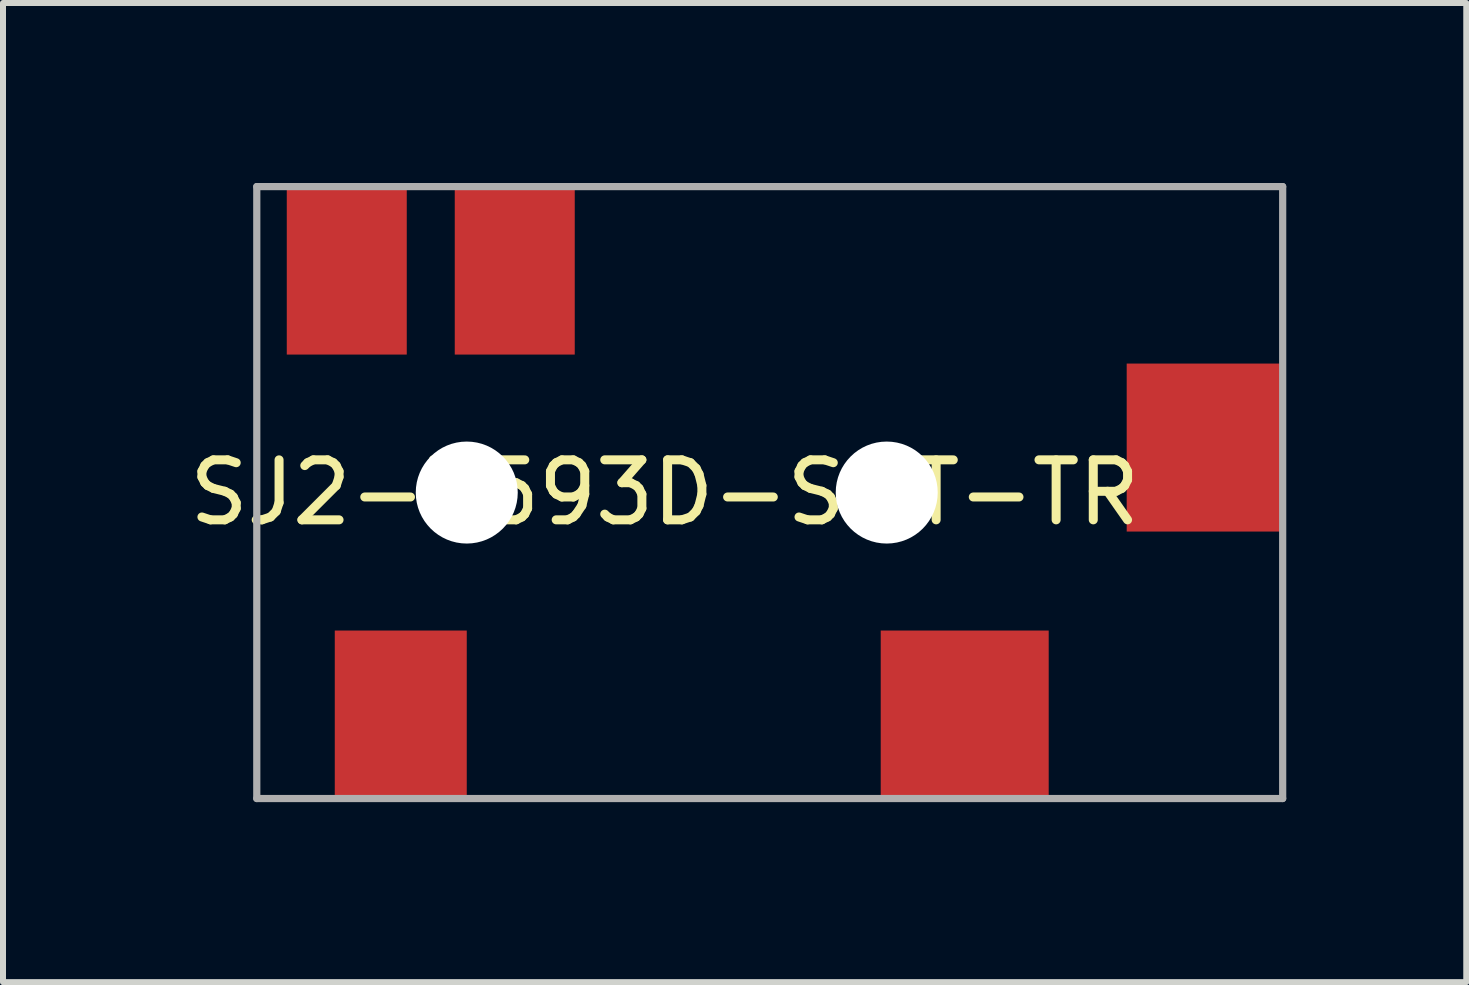
<source format=kicad_pcb>
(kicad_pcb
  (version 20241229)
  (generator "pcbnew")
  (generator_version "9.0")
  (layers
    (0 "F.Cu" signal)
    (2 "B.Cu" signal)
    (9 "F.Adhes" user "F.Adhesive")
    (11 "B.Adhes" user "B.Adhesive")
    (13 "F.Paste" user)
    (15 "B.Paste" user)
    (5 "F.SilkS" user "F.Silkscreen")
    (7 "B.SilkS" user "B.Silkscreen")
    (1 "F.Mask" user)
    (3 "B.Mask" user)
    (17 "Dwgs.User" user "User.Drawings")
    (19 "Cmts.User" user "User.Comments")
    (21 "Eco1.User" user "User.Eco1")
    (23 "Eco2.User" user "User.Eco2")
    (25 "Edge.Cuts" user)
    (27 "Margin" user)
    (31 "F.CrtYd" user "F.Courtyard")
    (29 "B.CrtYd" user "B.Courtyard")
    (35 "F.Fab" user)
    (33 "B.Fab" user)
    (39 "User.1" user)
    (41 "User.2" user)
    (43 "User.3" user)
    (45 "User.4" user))
  (footprint "SJ2-3593D-SMT-TR"
    (layer "F.Cu")
    (at 10.23 5.16)
    (property "Reference" "SJ2-3593D-SMT-TR" (at -2.2 0 0) (layer "F.SilkS") (effects (font (size 1 1) (thickness 0.15))))
    (attr through_hole)
    (fp_line (start -9 -5.1) (end 8.1 -5.1) (stroke (width 0.12) (type solid)) (layer "F.Fab"))
    (fp_line (start -9 5.1) (end -9 -5.1) (stroke (width 0.12) (type solid)) (layer "F.Fab"))
    (fp_line (start -9 5.1) (end 8.1 5.1) (stroke (width 0.12) (type solid)) (layer "F.Fab"))
    (fp_line (start 8.1 5.1) (end 8.1 -5.1) (stroke (width 0.12) (type solid)) (layer "F.Fab"))
    (pad "" np_thru_hole circle (at -5.5 0) (size 1.7 1.7) (drill 1.7) (layers "*.Cu"))
    (pad "" np_thru_hole circle (at 1.5 0) (size 1.7 1.7) (drill 1.7) (layers "*.Cu"))
    (pad "R" smd rect (at -4.7 -3.7) (size 2 2.8) (layers "F.Cu" "F.Mask" "F.Paste"))
    (pad "RN" smd rect (at -7.5 -3.7) (size 2 2.8) (layers "F.Cu" "F.Mask" "F.Paste"))
    (pad "S" smd rect (at -6.6 3.7) (size 2.2 2.8) (layers "F.Cu" "F.Mask" "F.Paste"))
    (pad "T" smd rect (at 2.8 3.7) (size 2.8 2.8) (layers "F.Cu" "F.Mask" "F.Paste"))
    (pad "TN" smd rect (at 6.8 -0.75) (size 2.6 2.8) (layers "F.Cu" "F.Mask" "F.Paste")))
  (gr_rect
    (start -3 -3)
    (end 21.39 13.32)
    (stroke (width 0.1) (type default))
    (fill no)
    (layer "Edge.Cuts")))
</source>
